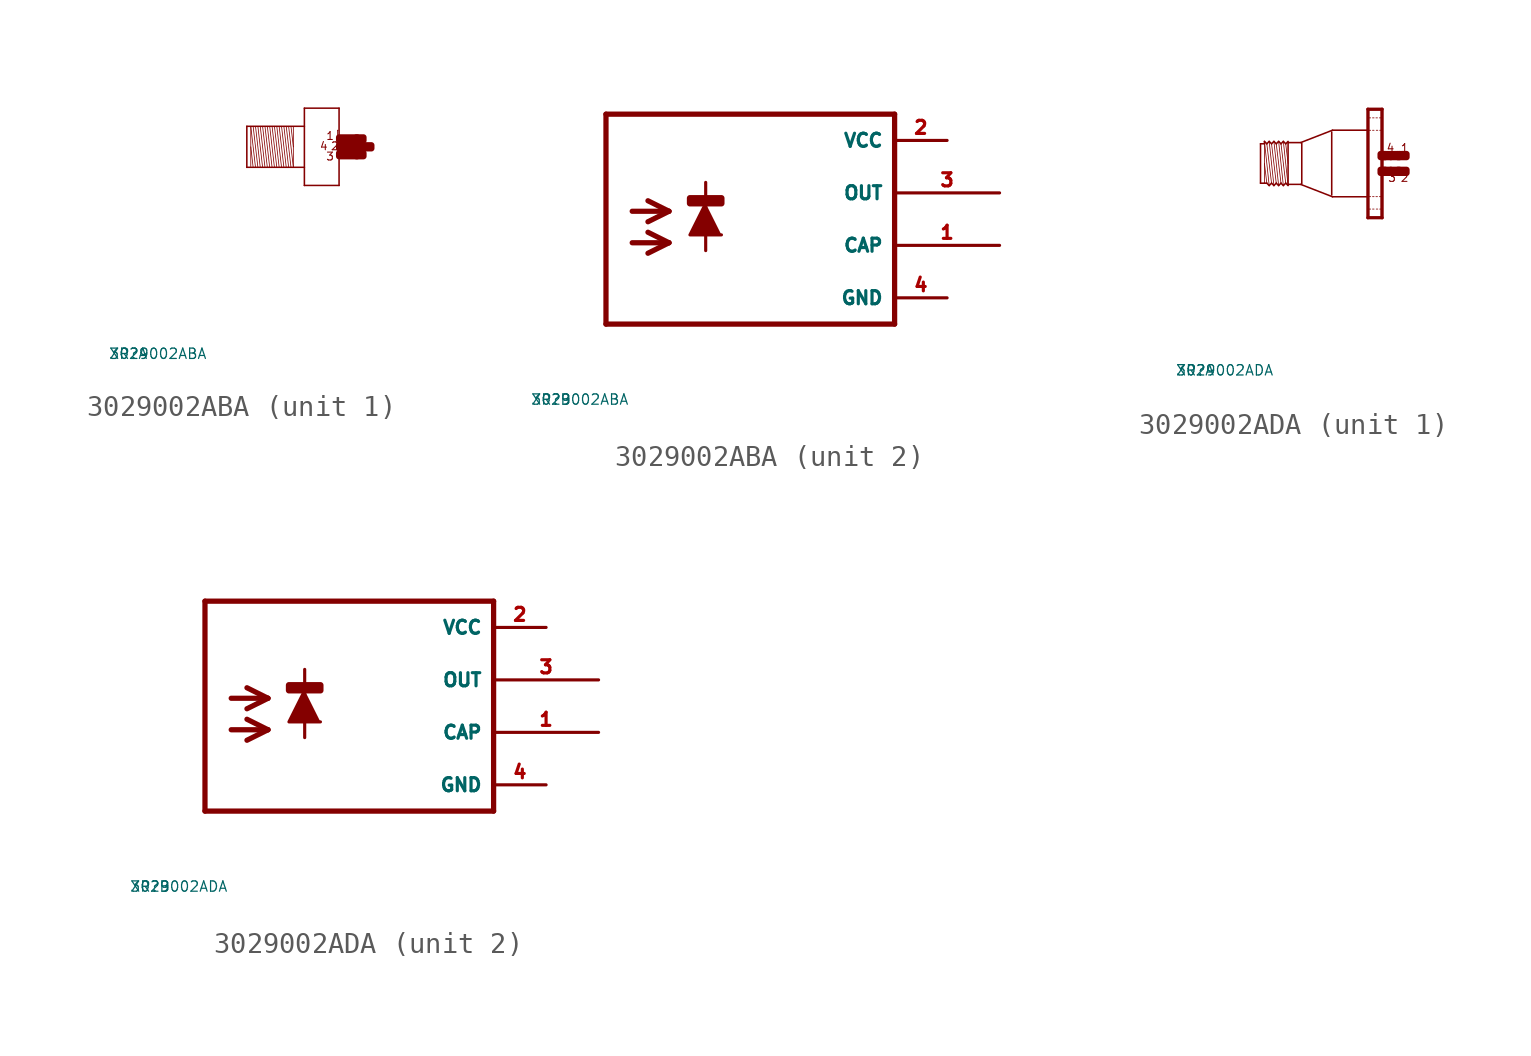
<source format=kicad_sym>
(kicad_symbol_lib
  (version 20220914)
  (generator Eagle2Kicad)
  (symbol "3029002ABA"
    (property "Reference" "XR"
      (at -10 -10 0)
      (effects (font (size 0.5 0.5) (thickness 0.06)) (justify left)))
    (property "Value" "3029002ABA"
      (at -10 -10 0)
      (effects (font (size 0.5 0.5) (thickness 0.06)) (justify left)))
    (symbol "3029002ABA_1_0"
      (polyline (pts (xy -1.067 0.953) (xy -1.067 0)) (stroke (width 0.038) (type default)) (fill (type none)))
      (polyline (pts (xy -1.067 0) (xy -1.067 -0.991)) (stroke (width 0.038) (type default)) (fill (type none)))
      (polyline (pts (xy -1.067 -0.991) (xy -1.295 0.991)) (stroke (width 0.038) (type default)) (fill (type none)))
      (polyline (pts (xy -1.181 0.991) (xy -1.067 0)) (stroke (width 0.038) (type default)) (fill (type none)))
      (polyline (pts (xy -1.181 -0.991) (xy -1.41 0.991)) (stroke (width 0.038) (type default)) (fill (type none)))
      (polyline (pts (xy -1.295 -0.991) (xy -1.524 0.991)) (stroke (width 0.038) (type default)) (fill (type none)))
      (polyline (pts (xy -1.41 -0.991) (xy -1.638 0.991)) (stroke (width 0.038) (type default)) (fill (type none)))
      (polyline (pts (xy -1.524 -0.991) (xy -1.753 0.991)) (stroke (width 0.038) (type default)) (fill (type none)))
      (polyline (pts (xy -1.638 -0.991) (xy -1.867 0.991)) (stroke (width 0.038) (type default)) (fill (type none)))
      (polyline (pts (xy -1.753 -0.991) (xy -1.981 0.991)) (stroke (width 0.038) (type default)) (fill (type none)))
      (polyline (pts (xy -1.867 -0.991) (xy -2.095 0.991)) (stroke (width 0.038) (type default)) (fill (type none)))
      (polyline (pts (xy -1.981 -0.991) (xy -2.21 0.991)) (stroke (width 0.038) (type default)) (fill (type none)))
      (polyline (pts (xy -2.095 -0.991) (xy -2.324 0.991)) (stroke (width 0.038) (type default)) (fill (type none)))
      (polyline (pts (xy -2.21 -0.991) (xy -2.438 0.991)) (stroke (width 0.038) (type default)) (fill (type none)))
      (polyline (pts (xy -2.324 -0.991) (xy -2.553 0.991)) (stroke (width 0.038) (type default)) (fill (type none)))
      (polyline (pts (xy -2.438 -0.991) (xy -2.667 0.991)) (stroke (width 0.038) (type default)) (fill (type none)))
      (polyline (pts (xy -2.553 -0.991) (xy -2.781 0.991)) (stroke (width 0.038) (type default)) (fill (type none)))
      (polyline (pts (xy -2.667 -0.991) (xy -2.896 0.991)) (stroke (width 0.038) (type default)) (fill (type none)))
      (polyline (pts (xy -2.781 -0.991) (xy -3.01 0.991)) (stroke (width 0.038) (type default)) (fill (type none)))
      (polyline (pts (xy -2.896 -0.991) (xy -3.124 0.991)) (stroke (width 0.038) (type default)) (fill (type none)))
      (polyline (pts (xy -3.124 0) (xy -3.01 -0.991)) (stroke (width 0.038) (type default)) (fill (type none)))
      (polyline (pts (xy -3.124 0.953) (xy -3.124 -0.953)) (stroke (width 0.038) (type default)) (fill (type none)))
      (polyline (pts (xy -3.315 -0.991) (xy -3.315 0.991)) (stroke (width 0.076) (type default)) (fill (type none)))
      (polyline (pts (xy -3.315 0.991) (xy -0.533 0.991)) (stroke (width 0.076) (type default)) (fill (type none)))
      (polyline (pts (xy -0.533 -0.991) (xy -3.315 -0.991)) (stroke (width 0.076) (type default)) (fill (type none)))
      (polyline (pts (xy -0.533 1.867) (xy -0.533 -1.867)) (stroke (width 0.076) (type default)) (fill (type none)))
      (polyline (pts (xy -0.533 -1.867) (xy 1.143 -1.867)) (stroke (width 0.076) (type default)) (fill (type none)))
      (polyline (pts (xy 1.143 -1.867) (xy 1.143 1.867)) (stroke (width 0.076) (type default)) (fill (type none)))
      (polyline (pts (xy 1.143 1.867) (xy -0.533 1.867)) (stroke (width 0.076) (type default)) (fill (type none)))
      (polyline (pts (xy 1.067 0.8) (xy 1.105 0.8)) (stroke (width 0.038) (type default)) (fill (type none)))
      (polyline (pts (xy 1.105 0.495) (xy 1.067 0.495)) (stroke (width 0.038) (type default)) (fill (type none)))
      (polyline (pts (xy 1.067 0.495) (xy 1.067 0.8)) (stroke (width 0.038) (type default)) (fill (type none)))
      (text "1" (at 0.495 0.305 0) (effects (font (size 0.381 0.381) (thickness 0.05)) (justify left bottom)))
      (text "2" (at 0.724 -0.191 0) (effects (font (size 0.381 0.381) (thickness 0.05)) (justify left bottom)))
      (text "3" (at 0.495 -0.686 0) (effects (font (size 0.381 0.381) (thickness 0.05)) (justify left bottom)))
      (text "4" (at 0.191 -0.191 0) (effects (font (size 0.381 0.381) (thickness 0.05)) (justify left bottom)))
      (rectangle (start 1.143 -0.076) (end 1.638 0.076) (stroke (width 0.3) (type default)) (fill (type outline)))
      (rectangle (start 1.143 0.305) (end 2.019 0.457) (stroke (width 0.3) (type default)) (fill (type outline)))
      (rectangle (start 1.143 -0.457) (end 2.019 -0.305) (stroke (width 0.3) (type default)) (fill (type outline)))
      (rectangle (start 1.981 -0.457) (end 2.324 -0.305) (stroke (width 0.3) (type default)) (fill (type outline)))
      (rectangle (start 1.6 -0.076) (end 1.943 0.076) (stroke (width 0.3) (type default)) (fill (type outline)))
      (rectangle (start 1.981 0.305) (end 2.324 0.457) (stroke (width 0.3) (type default)) (fill (type outline)))
      (rectangle (start 1.905 -0.076) (end 2.705 0.076) (stroke (width 0.3) (type default)) (fill (type outline))))
    (symbol "3029002ABA_2_0"
      (polyline (pts (xy -1.524 -0.508) (xy -2.286 -2.032) (xy -0.762 -2.032)) (stroke (width 0.152) (type default)) (fill (type outline)))
      (polyline (pts (xy -5.08 -0.889) (xy -3.302 -0.889)) (stroke (width 0.254) (type default)) (fill (type none)))
      (polyline (pts (xy -3.302 -0.889) (xy -4.318 -1.397)) (stroke (width 0.254) (type default)) (fill (type none)))
      (polyline (pts (xy -3.302 -0.889) (xy -4.318 -0.381)) (stroke (width 0.254) (type default)) (fill (type none)))
      (polyline (pts (xy -5.08 -2.413) (xy -3.302 -2.413)) (stroke (width 0.254) (type default)) (fill (type none)))
      (polyline (pts (xy -3.302 -2.413) (xy -4.318 -2.921)) (stroke (width 0.254) (type default)) (fill (type none)))
      (polyline (pts (xy -3.302 -2.413) (xy -4.318 -1.905)) (stroke (width 0.254) (type default)) (fill (type none)))
      (polyline (pts (xy -1.524 0.508) (xy -1.524 -2.794)) (stroke (width 0.152) (type default)) (fill (type none)))
      (polyline (pts (xy 7.62 3.81) (xy -6.35 3.81)) (stroke (width 0.254) (type default)) (fill (type none)))
      (polyline (pts (xy -6.35 3.81) (xy -6.35 -6.35)) (stroke (width 0.254) (type default)) (fill (type none)))
      (polyline (pts (xy -6.35 -6.35) (xy 7.62 -6.35)) (stroke (width 0.254) (type default)) (fill (type none)))
      (polyline (pts (xy 7.62 -6.35) (xy 7.62 3.81)) (stroke (width 0.254) (type default)) (fill (type none)))
      (rectangle (start -2.286 -0.508) (end -0.762 -0.254) (stroke (width 0.3) (type default)) (fill (type outline)))
      (pin unspecified line (at 10.16 2.54 180) (length 2.54) (name "VCC" (effects (font (size 0.635 0.635) (thickness 0.08)) (justify left bottom))) (number "2" (effects (font (size 0.635 0.635) (thickness 0.08)) (justify left bottom))))
      (pin unspecified line (at 10.16 -5.08 180) (length 2.54) (name "GND" (effects (font (size 0.635 0.635) (thickness 0.08)) (justify left bottom))) (number "4" (effects (font (size 0.635 0.635) (thickness 0.08)) (justify left bottom))))
      (pin output line (at 12.7 0 180) (length 5.08) (name "OUT" (effects (font (size 0.635 0.635) (thickness 0.08)) (justify left bottom))) (number "3" (effects (font (size 0.635 0.635) (thickness 0.08)) (justify left bottom))))
      (pin output line (at 12.7 -2.54 180) (length 5.08) (name "CAP" (effects (font (size 0.635 0.635) (thickness 0.08)) (justify left bottom))) (number "1" (effects (font (size 0.635 0.635) (thickness 0.08)) (justify left bottom))))))
  (symbol "3029002ADA"
    (property "Reference" "XR"
      (at -10 -10 0)
      (effects (font (size 0.5 0.5) (thickness 0.06)) (justify left)))
    (property "Value" "3029002ADA"
      (at -10 -10 0)
      (effects (font (size 0.5 0.5) (thickness 0.06)) (justify left)))
    (symbol "3029002ADA_1_0"
      (polyline (pts (xy -4.548 -1.067) (xy -4.777 1.067)) (stroke (width 0.038) (type default)) (fill (type none)))
      (polyline (pts (xy -4.662 0.953) (xy -4.548 0)) (stroke (width 0.038) (type default)) (fill (type none)))
      (polyline (pts (xy -4.662 -0.953) (xy -4.891 0.953)) (stroke (width 0.038) (type default)) (fill (type none)))
      (polyline (pts (xy -4.777 -1.067) (xy -5.005 1.067)) (stroke (width 0.038) (type default)) (fill (type none)))
      (polyline (pts (xy -4.891 -0.953) (xy -5.12 0.953)) (stroke (width 0.038) (type default)) (fill (type none)))
      (polyline (pts (xy -5.005 -1.067) (xy -5.234 1.067)) (stroke (width 0.038) (type default)) (fill (type none)))
      (polyline (pts (xy -5.12 -0.953) (xy -5.348 0.953)) (stroke (width 0.038) (type default)) (fill (type none)))
      (polyline (pts (xy -5.234 -1.067) (xy -5.462 1.067)) (stroke (width 0.038) (type default)) (fill (type none)))
      (polyline (pts (xy -5.348 -0.953) (xy -5.577 0.953)) (stroke (width 0.038) (type default)) (fill (type none)))
      (polyline (pts (xy -5.462 -1.067) (xy -5.691 1.067)) (stroke (width 0.038) (type default)) (fill (type none)))
      (polyline (pts (xy -5.691 0) (xy -5.577 -0.953)) (stroke (width 0.038) (type default)) (fill (type none)))
      (polyline (pts (xy -5.691 1.029) (xy -5.691 0.953)) (stroke (width 0.038) (type default)) (fill (type none)))
      (polyline (pts (xy -5.691 0.953) (xy -5.691 -0.953)) (stroke (width 0.038) (type default)) (fill (type none)))
      (polyline (pts (xy -5.881 -0.953) (xy -5.881 0.953)) (stroke (width 0.076) (type default)) (fill (type none)))
      (polyline (pts (xy -5.881 0.953) (xy -5.691 0.953)) (stroke (width 0.076) (type default)) (fill (type none)))
      (polyline (pts (xy -5.691 0.953) (xy -5.691 1.067)) (stroke (width 0.076) (type default)) (fill (type none)))
      (polyline (pts (xy -5.691 1.067) (xy -5.577 0.953)) (stroke (width 0.076) (type default)) (fill (type none)))
      (polyline (pts (xy -5.577 0.953) (xy -5.462 1.067)) (stroke (width 0.076) (type default)) (fill (type none)))
      (polyline (pts (xy -5.462 1.067) (xy -5.348 0.953)) (stroke (width 0.076) (type default)) (fill (type none)))
      (polyline (pts (xy -5.348 0.953) (xy -5.234 1.067)) (stroke (width 0.076) (type default)) (fill (type none)))
      (polyline (pts (xy -5.234 1.067) (xy -5.12 0.953)) (stroke (width 0.076) (type default)) (fill (type none)))
      (polyline (pts (xy -5.12 0.953) (xy -5.005 1.067)) (stroke (width 0.076) (type default)) (fill (type none)))
      (polyline (pts (xy -4.777 1.067) (xy -4.662 0.953)) (stroke (width 0.076) (type default)) (fill (type none)))
      (polyline (pts (xy -4.662 0.953) (xy -4.548 1.067)) (stroke (width 0.076) (type default)) (fill (type none)))
      (polyline (pts (xy -4.548 -1.067) (xy -4.662 -0.953)) (stroke (width 0.076) (type default)) (fill (type none)))
      (polyline (pts (xy -4.662 -0.953) (xy -4.777 -1.067)) (stroke (width 0.076) (type default)) (fill (type none)))
      (polyline (pts (xy -4.777 -1.067) (xy -4.891 -0.953)) (stroke (width 0.076) (type default)) (fill (type none)))
      (polyline (pts (xy -4.891 -0.953) (xy -5.005 -1.067)) (stroke (width 0.076) (type default)) (fill (type none)))
      (polyline (pts (xy -5.005 -1.067) (xy -5.12 -0.953)) (stroke (width 0.076) (type default)) (fill (type none)))
      (polyline (pts (xy -5.12 -0.953) (xy -5.234 -1.067)) (stroke (width 0.076) (type default)) (fill (type none)))
      (polyline (pts (xy -5.234 -1.067) (xy -5.348 -0.953)) (stroke (width 0.076) (type default)) (fill (type none)))
      (polyline (pts (xy -5.348 -0.953) (xy -5.462 -1.067)) (stroke (width 0.076) (type default)) (fill (type none)))
      (polyline (pts (xy -5.462 -1.067) (xy -5.577 -0.953)) (stroke (width 0.076) (type default)) (fill (type none)))
      (polyline (pts (xy -5.577 -0.953) (xy -5.691 -0.953)) (stroke (width 0.076) (type default)) (fill (type none)))
      (polyline (pts (xy -5.691 -0.953) (xy -5.881 -0.953)) (stroke (width 0.076) (type default)) (fill (type none)))
      (polyline (pts (xy -4.548 1.029) (xy -4.548 1.01)) (stroke (width 0.076) (type default)) (fill (type none)))
      (polyline (pts (xy -4.548 1.01) (xy -4.548 -1.01)) (stroke (width 0.076) (type default)) (fill (type none)))
      (polyline (pts (xy -4.548 -1.01) (xy -4.548 -1.029)) (stroke (width 0.076) (type default)) (fill (type none)))
      (polyline (pts (xy -0.038 2.594) (xy -0.038 -2.594)) (stroke (width 0.076) (type default)) (fill (type none)))
      (polyline (pts (xy -0.038 -2.594) (xy -0.655 -2.594)) (stroke (width 0.076) (type default)) (fill (type none)))
      (polyline (pts (xy -0.655 -2.594) (xy -0.655 2.594)) (stroke (width 0.076) (type default)) (fill (type none)))
      (polyline (pts (xy -0.655 2.594) (xy -0.038 2.594)) (stroke (width 0.076) (type default)) (fill (type none)))
      (polyline (pts (xy -0.699 1.61) (xy -2.4 1.61)) (stroke (width 0.076) (type default)) (fill (type none)))
      (polyline (pts (xy -2.4 1.61) (xy -3.938 1.012)) (stroke (width 0.076) (type default)) (fill (type none)))
      (polyline (pts (xy -0.669 -1.61) (xy -2.4 -1.61)) (stroke (width 0.076) (type default)) (fill (type none)))
      (polyline (pts (xy -2.4 -1.61) (xy -3.938 -1.012)) (stroke (width 0.076) (type default)) (fill (type none)))
      (polyline (pts (xy -3.938 -1.01) (xy -4.548 -1.01)) (stroke (width 0.076) (type default)) (fill (type none)))
      (polyline (pts (xy -4.548 1.01) (xy -3.938 1.01)) (stroke (width 0.076) (type default)) (fill (type none)))
      (polyline (pts (xy -4.777 1.067) (xy -4.891 0.953)) (stroke (width 0.076) (type default)) (fill (type none)))
      (polyline (pts (xy -4.891 0.953) (xy -5.005 1.067)) (stroke (width 0.076) (type default)) (fill (type none)))
      (polyline (pts (xy 0 -2.625) (xy -0.69 -2.625)) (stroke (width 0) (type default)) (fill (type none)))
      (polyline (pts (xy 0 -2.625) (xy 0 2.625)) (stroke (width 0) (type default)) (fill (type none)))
      (polyline (pts (xy 0 2.625) (xy -0.69 2.625)) (stroke (width 0) (type default)) (fill (type none)))
      (polyline (pts (xy -0.69 2.625) (xy -0.69 -2.625)) (stroke (width 0) (type default)) (fill (type none)))
      (polyline (pts (xy -0.039 -1.605) (xy -0.135 -1.605)) (stroke (width 0.038) (type default)) (fill (type none)))
      (polyline (pts (xy -0.225 -1.605) (xy -0.3 -1.605)) (stroke (width 0.038) (type default)) (fill (type none)))
      (polyline (pts (xy -0.39 -1.605) (xy -0.465 -1.605)) (stroke (width 0.038) (type default)) (fill (type none)))
      (polyline (pts (xy -0.555 -1.605) (xy -0.633 -1.605)) (stroke (width 0.038) (type default)) (fill (type none)))
      (polyline (pts (xy -0.039 -2.205) (xy -0.12 -2.205)) (stroke (width 0.038) (type default)) (fill (type none)))
      (polyline (pts (xy -0.21 -2.205) (xy -0.285 -2.205)) (stroke (width 0.038) (type default)) (fill (type none)))
      (polyline (pts (xy -0.39 -2.205) (xy -0.465 -2.205)) (stroke (width 0.038) (type default)) (fill (type none)))
      (polyline (pts (xy -0.555 -2.205) (xy -0.633 -2.205)) (stroke (width 0.038) (type default)) (fill (type none)))
      (polyline (pts (xy -0.039 2.205) (xy -0.135 2.205)) (stroke (width 0.038) (type default)) (fill (type none)))
      (polyline (pts (xy -0.225 2.205) (xy -0.3 2.205)) (stroke (width 0.038) (type default)) (fill (type none)))
      (polyline (pts (xy -0.39 2.205) (xy -0.465 2.205)) (stroke (width 0.038) (type default)) (fill (type none)))
      (polyline (pts (xy -0.555 2.205) (xy -0.633 2.205)) (stroke (width 0.038) (type default)) (fill (type none)))
      (polyline (pts (xy -0.039 1.605) (xy -0.12 1.605)) (stroke (width 0.038) (type default)) (fill (type none)))
      (polyline (pts (xy -0.21 1.605) (xy -0.285 1.605)) (stroke (width 0.038) (type default)) (fill (type none)))
      (polyline (pts (xy -0.39 1.605) (xy -0.465 1.605)) (stroke (width 0.038) (type default)) (fill (type none)))
      (polyline (pts (xy -0.555 1.605) (xy -0.633 1.605)) (stroke (width 0.038) (type default)) (fill (type none)))
      (polyline (pts (xy -3.886 0.991) (xy -3.886 -0.991)) (stroke (width 0.076) (type default)) (fill (type none)))
      (polyline (pts (xy -2.438 1.524) (xy -2.438 -1.524)) (stroke (width 0.076) (type default)) (fill (type none)))
      (text "1" (at 0.876 0.533 0) (effects (font (size 0.381 0.381) (thickness 0.05)) (justify left bottom)))
      (text "3" (at 0.267 -0.914 0) (effects (font (size 0.381 0.381) (thickness 0.05)) (justify left bottom)))
      (text "2" (at 0.876 -0.914 0) (effects (font (size 0.381 0.381) (thickness 0.05)) (justify left bottom)))
      (text "4" (at 0.191 0.533 0) (effects (font (size 0.381 0.381) (thickness 0.05)) (justify left bottom)))
      (rectangle (start 0.838 -0.457) (end 1.181 -0.305) (stroke (width 0.3) (type default)) (fill (type outline)))
      (rectangle (start 0.419 -0.457) (end 0.762 -0.305) (stroke (width 0.3) (type default)) (fill (type outline)))
      (rectangle (start 0.076 -0.457) (end 0.419 -0.305) (stroke (width 0.3) (type default)) (fill (type outline)))
      (rectangle (start -0.076 -0.457) (end 0.152 -0.305) (stroke (width 0.3) (type default)) (fill (type outline)))
      (rectangle (start 0.762 -0.457) (end 0.838 -0.305) (stroke (width 0.3) (type default)) (fill (type outline)))
      (rectangle (start 0.838 0.305) (end 1.181 0.457) (stroke (width 0.3) (type default)) (fill (type outline)))
      (rectangle (start 0.762 0.305) (end 0.838 0.457) (stroke (width 0.3) (type default)) (fill (type outline)))
      (rectangle (start 0.419 0.305) (end 0.762 0.457) (stroke (width 0.3) (type default)) (fill (type outline)))
      (rectangle (start 0.076 0.305) (end 0.419 0.457) (stroke (width 0.3) (type default)) (fill (type outline)))
      (rectangle (start -0.076 0.305) (end 0.152 0.457) (stroke (width 0.3) (type default)) (fill (type outline))))
    (symbol "3029002ADA_2_0"
      (polyline (pts (xy -1.524 -0.508) (xy -2.286 -2.032) (xy -0.762 -2.032)) (stroke (width 0.152) (type default)) (fill (type outline)))
      (polyline (pts (xy -5.08 -0.889) (xy -3.302 -0.889)) (stroke (width 0.254) (type default)) (fill (type none)))
      (polyline (pts (xy -3.302 -0.889) (xy -4.318 -1.397)) (stroke (width 0.254) (type default)) (fill (type none)))
      (polyline (pts (xy -3.302 -0.889) (xy -4.318 -0.381)) (stroke (width 0.254) (type default)) (fill (type none)))
      (polyline (pts (xy -5.08 -2.413) (xy -3.302 -2.413)) (stroke (width 0.254) (type default)) (fill (type none)))
      (polyline (pts (xy -3.302 -2.413) (xy -4.318 -2.921)) (stroke (width 0.254) (type default)) (fill (type none)))
      (polyline (pts (xy -3.302 -2.413) (xy -4.318 -1.905)) (stroke (width 0.254) (type default)) (fill (type none)))
      (polyline (pts (xy -1.524 0.508) (xy -1.524 -2.794)) (stroke (width 0.152) (type default)) (fill (type none)))
      (polyline (pts (xy 7.62 3.81) (xy -6.35 3.81)) (stroke (width 0.254) (type default)) (fill (type none)))
      (polyline (pts (xy -6.35 3.81) (xy -6.35 -6.35)) (stroke (width 0.254) (type default)) (fill (type none)))
      (polyline (pts (xy -6.35 -6.35) (xy 7.62 -6.35)) (stroke (width 0.254) (type default)) (fill (type none)))
      (polyline (pts (xy 7.62 -6.35) (xy 7.62 3.81)) (stroke (width 0.254) (type default)) (fill (type none)))
      (rectangle (start -2.286 -0.508) (end -0.762 -0.254) (stroke (width 0.3) (type default)) (fill (type outline)))
      (pin unspecified line (at 10.16 2.54 180) (length 2.54) (name "VCC" (effects (font (size 0.635 0.635) (thickness 0.08)) (justify left bottom))) (number "2" (effects (font (size 0.635 0.635) (thickness 0.08)) (justify left bottom))))
      (pin unspecified line (at 10.16 -5.08 180) (length 2.54) (name "GND" (effects (font (size 0.635 0.635) (thickness 0.08)) (justify left bottom))) (number "4" (effects (font (size 0.635 0.635) (thickness 0.08)) (justify left bottom))))
      (pin output line (at 12.7 0 180) (length 5.08) (name "OUT" (effects (font (size 0.635 0.635) (thickness 0.08)) (justify left bottom))) (number "3" (effects (font (size 0.635 0.635) (thickness 0.08)) (justify left bottom))))
      (pin output line (at 12.7 -2.54 180) (length 5.08) (name "CAP" (effects (font (size 0.635 0.635) (thickness 0.08)) (justify left bottom))) (number "1" (effects (font (size 0.635 0.635) (thickness 0.08)) (justify left bottom)))))))
</source>
